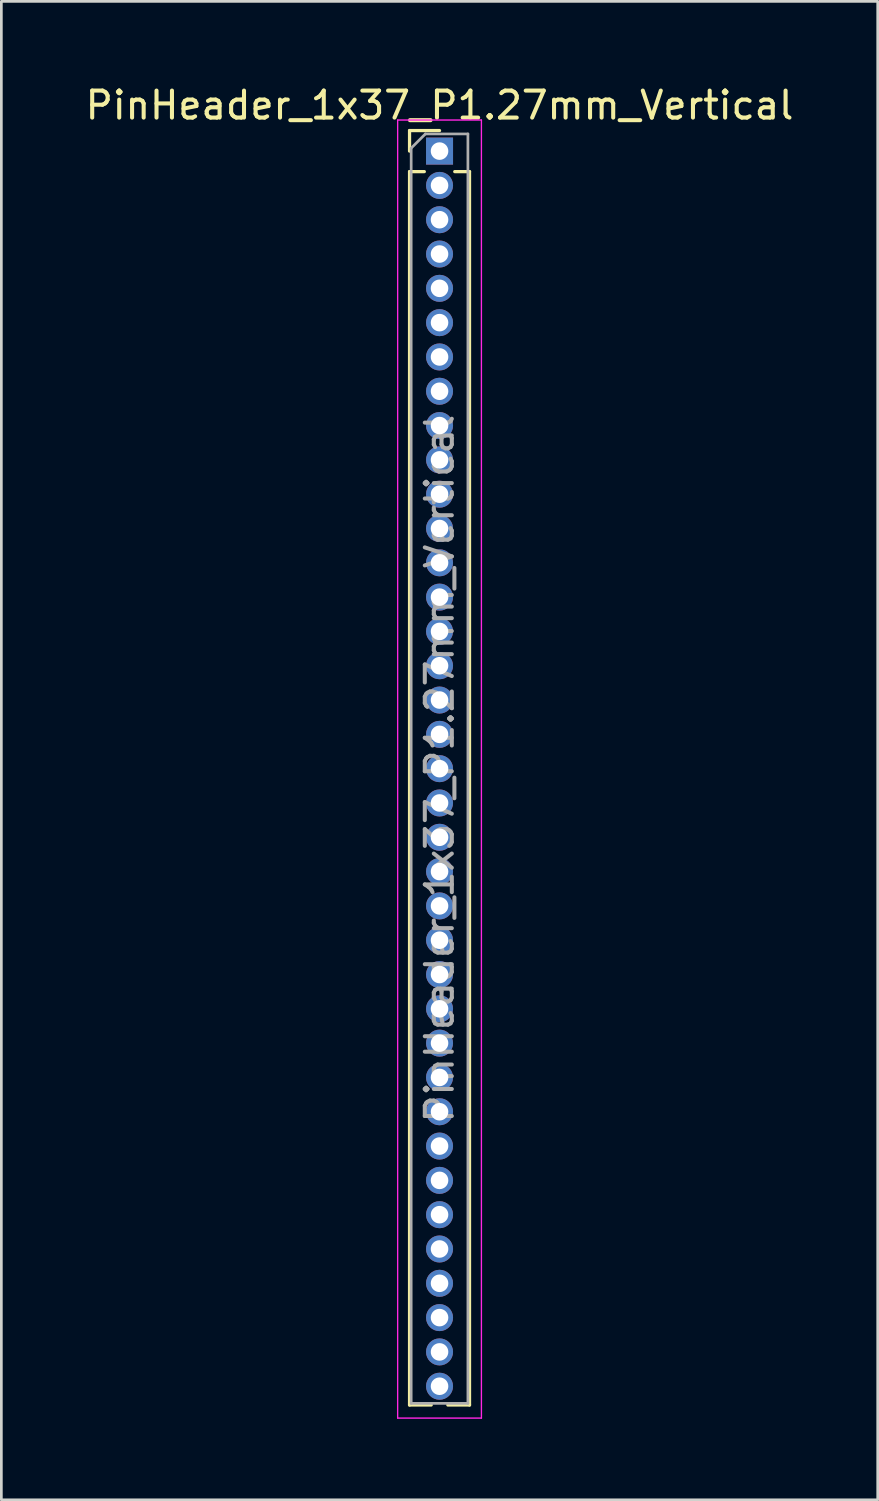
<source format=kicad_pcb>
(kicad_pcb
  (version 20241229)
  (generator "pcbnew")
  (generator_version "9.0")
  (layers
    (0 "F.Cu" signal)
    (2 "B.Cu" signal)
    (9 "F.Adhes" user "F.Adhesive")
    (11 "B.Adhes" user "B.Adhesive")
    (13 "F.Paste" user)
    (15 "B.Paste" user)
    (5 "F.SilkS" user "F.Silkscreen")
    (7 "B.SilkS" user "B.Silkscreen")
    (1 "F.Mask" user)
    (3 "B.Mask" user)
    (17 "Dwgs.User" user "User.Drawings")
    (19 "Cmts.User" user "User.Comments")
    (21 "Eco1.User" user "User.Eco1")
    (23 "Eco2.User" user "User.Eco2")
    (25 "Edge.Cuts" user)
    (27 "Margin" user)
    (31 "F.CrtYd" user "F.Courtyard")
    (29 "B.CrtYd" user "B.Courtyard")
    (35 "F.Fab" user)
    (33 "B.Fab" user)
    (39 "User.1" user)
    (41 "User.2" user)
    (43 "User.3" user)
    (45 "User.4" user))
  (footprint "PinHeader_1x37_P1.27mm_Vertical"
    (layer "F.Cu")
    (at 13.22 2.543)
    (property "Reference" "PinHeader_1x37_P1.27mm_Vertical" (at 0 -1.695 0) (layer "F.SilkS") (effects (font (size 1 1) (thickness 0.15))))
    (attr through_hole)
    (fp_line (start -1.11 -0.76) (end 0 -0.76) (stroke (width 0.12) (type solid)) (layer "F.SilkS"))
    (fp_line (start -1.11 0) (end -1.11 -0.76) (stroke (width 0.12) (type solid)) (layer "F.SilkS"))
    (fp_line (start -1.11 0.76) (end -1.11 46.415) (stroke (width 0.12) (type solid)) (layer "F.SilkS"))
    (fp_line (start -1.11 0.76) (end -0.563 0.76) (stroke (width 0.12) (type solid)) (layer "F.SilkS"))
    (fp_line (start -1.11 46.415) (end -0.308 46.415) (stroke (width 0.12) (type solid)) (layer "F.SilkS"))
    (fp_line (start 0.308 46.415) (end 1.11 46.415) (stroke (width 0.12) (type solid)) (layer "F.SilkS"))
    (fp_line (start 0.563 0.76) (end 1.11 0.76) (stroke (width 0.12) (type solid)) (layer "F.SilkS"))
    (fp_line (start 1.11 0.76) (end 1.11 46.415) (stroke (width 0.12) (type solid)) (layer "F.SilkS"))
    (fp_line (start -1.55 -1.15) (end -1.55 46.9) (stroke (width 0.05) (type solid)) (layer "F.CrtYd"))
    (fp_line (start -1.55 46.9) (end 1.55 46.9) (stroke (width 0.05) (type solid)) (layer "F.CrtYd"))
    (fp_line (start 1.55 -1.15) (end -1.55 -1.15) (stroke (width 0.05) (type solid)) (layer "F.CrtYd"))
    (fp_line (start 1.55 46.9) (end 1.55 -1.15) (stroke (width 0.05) (type solid)) (layer "F.CrtYd"))
    (fp_line (start -1.05 -0.11) (end -0.525 -0.635) (stroke (width 0.1) (type solid)) (layer "F.Fab"))
    (fp_line (start -1.05 46.355) (end -1.05 -0.11) (stroke (width 0.1) (type solid)) (layer "F.Fab"))
    (fp_line (start -0.525 -0.635) (end 1.05 -0.635) (stroke (width 0.1) (type solid)) (layer "F.Fab"))
    (fp_line (start 1.05 -0.635) (end 1.05 46.355) (stroke (width 0.1) (type solid)) (layer "F.Fab"))
    (fp_line (start 1.05 46.355) (end -1.05 46.355) (stroke (width 0.1) (type solid)) (layer "F.Fab"))
    (fp_text user "${REFERENCE}" (at 0 22.86 90) (layer "F.Fab") (effects (font (size 1 1) (thickness 0.15))))
    (pad "1" thru_hole rect (at 0 0) (size 1 1) (drill 0.65) (layers "*.Cu" "*.Mask"))
    (pad "2" thru_hole oval (at 0 1.27) (size 1 1) (drill 0.65) (layers "*.Cu" "*.Mask"))
    (pad "3" thru_hole oval (at 0 2.54) (size 1 1) (drill 0.65) (layers "*.Cu" "*.Mask"))
    (pad "4" thru_hole oval (at 0 3.81) (size 1 1) (drill 0.65) (layers "*.Cu" "*.Mask"))
    (pad "5" thru_hole oval (at 0 5.08) (size 1 1) (drill 0.65) (layers "*.Cu" "*.Mask"))
    (pad "6" thru_hole oval (at 0 6.35) (size 1 1) (drill 0.65) (layers "*.Cu" "*.Mask"))
    (pad "7" thru_hole oval (at 0 7.62) (size 1 1) (drill 0.65) (layers "*.Cu" "*.Mask"))
    (pad "8" thru_hole oval (at 0 8.89) (size 1 1) (drill 0.65) (layers "*.Cu" "*.Mask"))
    (pad "9" thru_hole oval (at 0 10.16) (size 1 1) (drill 0.65) (layers "*.Cu" "*.Mask"))
    (pad "10" thru_hole oval (at 0 11.43) (size 1 1) (drill 0.65) (layers "*.Cu" "*.Mask"))
    (pad "11" thru_hole oval (at 0 12.7) (size 1 1) (drill 0.65) (layers "*.Cu" "*.Mask"))
    (pad "12" thru_hole oval (at 0 13.97) (size 1 1) (drill 0.65) (layers "*.Cu" "*.Mask"))
    (pad "13" thru_hole oval (at 0 15.24) (size 1 1) (drill 0.65) (layers "*.Cu" "*.Mask"))
    (pad "14" thru_hole oval (at 0 16.51) (size 1 1) (drill 0.65) (layers "*.Cu" "*.Mask"))
    (pad "15" thru_hole oval (at 0 17.78) (size 1 1) (drill 0.65) (layers "*.Cu" "*.Mask"))
    (pad "16" thru_hole oval (at 0 19.05) (size 1 1) (drill 0.65) (layers "*.Cu" "*.Mask"))
    (pad "17" thru_hole oval (at 0 20.32) (size 1 1) (drill 0.65) (layers "*.Cu" "*.Mask"))
    (pad "18" thru_hole oval (at 0 21.59) (size 1 1) (drill 0.65) (layers "*.Cu" "*.Mask"))
    (pad "19" thru_hole oval (at 0 22.86) (size 1 1) (drill 0.65) (layers "*.Cu" "*.Mask"))
    (pad "20" thru_hole oval (at 0 24.13) (size 1 1) (drill 0.65) (layers "*.Cu" "*.Mask"))
    (pad "21" thru_hole oval (at 0 25.4) (size 1 1) (drill 0.65) (layers "*.Cu" "*.Mask"))
    (pad "22" thru_hole oval (at 0 26.67) (size 1 1) (drill 0.65) (layers "*.Cu" "*.Mask"))
    (pad "23" thru_hole oval (at 0 27.94) (size 1 1) (drill 0.65) (layers "*.Cu" "*.Mask"))
    (pad "24" thru_hole oval (at 0 29.21) (size 1 1) (drill 0.65) (layers "*.Cu" "*.Mask"))
    (pad "25" thru_hole oval (at 0 30.48) (size 1 1) (drill 0.65) (layers "*.Cu" "*.Mask"))
    (pad "26" thru_hole oval (at 0 31.75) (size 1 1) (drill 0.65) (layers "*.Cu" "*.Mask"))
    (pad "27" thru_hole oval (at 0 33.02) (size 1 1) (drill 0.65) (layers "*.Cu" "*.Mask"))
    (pad "28" thru_hole oval (at 0 34.29) (size 1 1) (drill 0.65) (layers "*.Cu" "*.Mask"))
    (pad "29" thru_hole oval (at 0 35.56) (size 1 1) (drill 0.65) (layers "*.Cu" "*.Mask"))
    (pad "30" thru_hole oval (at 0 36.83) (size 1 1) (drill 0.65) (layers "*.Cu" "*.Mask"))
    (pad "31" thru_hole oval (at 0 38.1) (size 1 1) (drill 0.65) (layers "*.Cu" "*.Mask"))
    (pad "32" thru_hole oval (at 0 39.37) (size 1 1) (drill 0.65) (layers "*.Cu" "*.Mask"))
    (pad "33" thru_hole oval (at 0 40.64) (size 1 1) (drill 0.65) (layers "*.Cu" "*.Mask"))
    (pad "34" thru_hole oval (at 0 41.91) (size 1 1) (drill 0.65) (layers "*.Cu" "*.Mask"))
    (pad "35" thru_hole oval (at 0 43.18) (size 1 1) (drill 0.65) (layers "*.Cu" "*.Mask"))
    (pad "36" thru_hole oval (at 0 44.45) (size 1 1) (drill 0.65) (layers "*.Cu" "*.Mask"))
    (pad "37" thru_hole oval (at 0 45.72) (size 1 1) (drill 0.65) (layers "*.Cu" "*.Mask")))
  (gr_rect
    (start -3 -3)
    (end 29.44 52.468)
    (stroke (width 0.1) (type default))
    (fill no)
    (layer "Edge.Cuts")))
</source>
